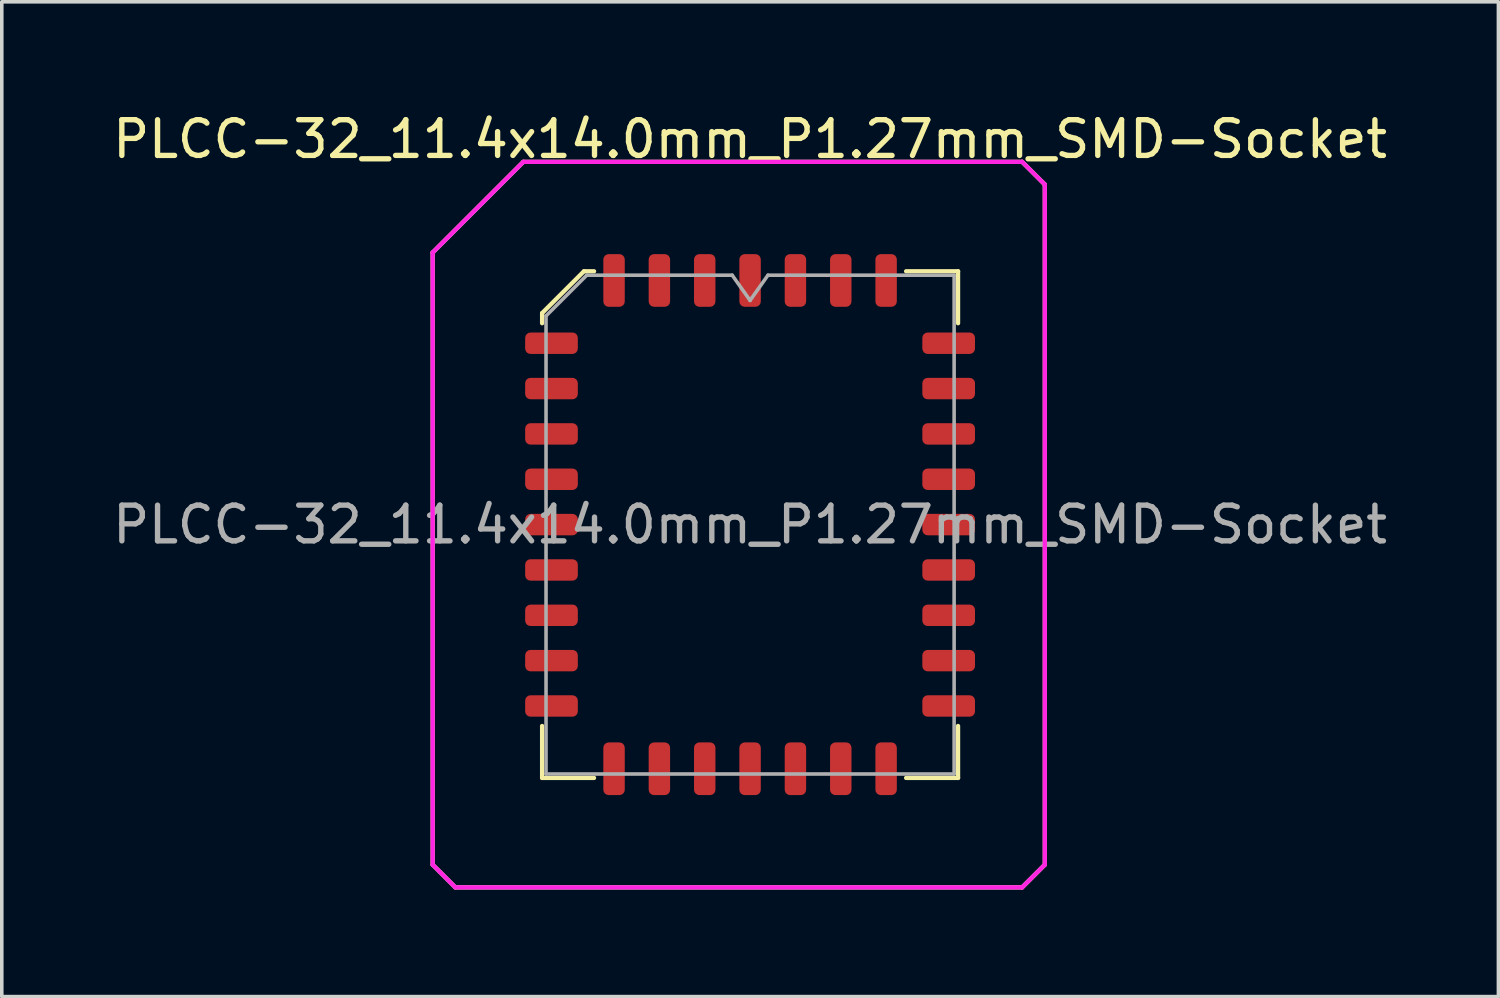
<source format=kicad_pcb>
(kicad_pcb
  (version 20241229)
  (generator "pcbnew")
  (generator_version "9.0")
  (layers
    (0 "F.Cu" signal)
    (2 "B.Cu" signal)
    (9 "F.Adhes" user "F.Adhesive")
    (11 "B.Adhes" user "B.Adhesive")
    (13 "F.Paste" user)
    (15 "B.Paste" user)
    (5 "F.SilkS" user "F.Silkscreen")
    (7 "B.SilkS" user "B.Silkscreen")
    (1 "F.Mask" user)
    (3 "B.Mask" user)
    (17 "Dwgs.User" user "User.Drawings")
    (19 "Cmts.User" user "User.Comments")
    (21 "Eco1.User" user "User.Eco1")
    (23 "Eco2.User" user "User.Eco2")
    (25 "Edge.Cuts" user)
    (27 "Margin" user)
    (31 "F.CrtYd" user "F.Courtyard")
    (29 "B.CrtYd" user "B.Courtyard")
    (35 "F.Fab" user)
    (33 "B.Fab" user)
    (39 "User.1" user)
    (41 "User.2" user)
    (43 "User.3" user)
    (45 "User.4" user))
  (footprint "PLCC-32_11.4x14.0mm_P1.27mm_SMD-Socket"
    (layer "F.Cu")
    (at 17.958 11.643)
    (property "Reference" "PLCC-32_11.4x14.0mm_P1.27mm_SMD-Socket" (at 0 -10.795 0) (layer "F.SilkS") (effects (font (size 1 1) (thickness 0.15))))
    (attr smd)
    (fp_line (start -8.89 -7.62) (end -8.89 9.525) (stroke (width 0.12) (type solid)) (layer "F.SilkS"))
    (fp_line (start -8.89 -7.62) (end -6.35 -10.16) (stroke (width 0.12) (type solid)) (layer "F.SilkS"))
    (fp_line (start -8.89 9.525) (end -8.255 10.16) (stroke (width 0.12) (type solid)) (layer "F.SilkS"))
    (fp_line (start -8.255 10.16) (end 7.62 10.16) (stroke (width 0.12) (type solid)) (layer "F.SilkS"))
    (fp_line (start -5.825 -5.923) (end -5.825 -5.64) (stroke (width 0.12) (type solid)) (layer "F.SilkS"))
    (fp_line (start -5.825 7.095) (end -5.825 5.64) (stroke (width 0.12) (type solid)) (layer "F.SilkS"))
    (fp_line (start -4.653 -7.095) (end -5.825 -5.923) (stroke (width 0.12) (type solid)) (layer "F.SilkS"))
    (fp_line (start -4.37 -7.095) (end -4.653 -7.095) (stroke (width 0.12) (type solid)) (layer "F.SilkS"))
    (fp_line (start -4.37 7.095) (end -5.825 7.095) (stroke (width 0.12) (type solid)) (layer "F.SilkS"))
    (fp_line (start 4.37 -7.095) (end 5.825 -7.095) (stroke (width 0.12) (type solid)) (layer "F.SilkS"))
    (fp_line (start 4.37 7.095) (end 5.825 7.095) (stroke (width 0.12) (type solid)) (layer "F.SilkS"))
    (fp_line (start 5.825 -7.095) (end 5.825 -5.64) (stroke (width 0.12) (type solid)) (layer "F.SilkS"))
    (fp_line (start 5.825 7.095) (end 5.825 5.64) (stroke (width 0.12) (type solid)) (layer "F.SilkS"))
    (fp_line (start 7.62 -10.16) (end -6.35 -10.16) (stroke (width 0.12) (type solid)) (layer "F.SilkS"))
    (fp_line (start 7.62 10.16) (end 8.255 9.525) (stroke (width 0.12) (type solid)) (layer "F.SilkS"))
    (fp_line (start 8.255 -9.525) (end 7.62 -10.16) (stroke (width 0.12) (type solid)) (layer "F.SilkS"))
    (fp_line (start 8.255 9.525) (end 8.255 -9.525) (stroke (width 0.12) (type solid)) (layer "F.SilkS"))
    (fp_line (start -8.89 -7.62) (end -6.35 -10.16) (stroke (width 0.12) (type solid)) (layer "F.CrtYd"))
    (fp_line (start -8.89 9.525) (end -8.89 -7.62) (stroke (width 0.12) (type solid)) (layer "F.CrtYd"))
    (fp_line (start -8.255 10.16) (end -8.89 9.525) (stroke (width 0.12) (type solid)) (layer "F.CrtYd"))
    (fp_line (start -6.35 -10.16) (end 7.62 -10.16) (stroke (width 0.12) (type solid)) (layer "F.CrtYd"))
    (fp_line (start 7.62 -10.16) (end 8.255 -9.525) (stroke (width 0.12) (type solid)) (layer "F.CrtYd"))
    (fp_line (start 7.62 10.16) (end -8.255 10.16) (stroke (width 0.12) (type solid)) (layer "F.CrtYd"))
    (fp_line (start 8.255 -9.525) (end 8.255 9.525) (stroke (width 0.12) (type solid)) (layer "F.CrtYd"))
    (fp_line (start 8.255 9.525) (end 7.62 10.16) (stroke (width 0.12) (type solid)) (layer "F.CrtYd"))
    (fp_line (start -5.715 -5.845) (end -4.575 -6.985) (stroke (width 0.1) (type solid)) (layer "F.Fab"))
    (fp_line (start -5.715 6.985) (end -5.715 -5.845) (stroke (width 0.1) (type solid)) (layer "F.Fab"))
    (fp_line (start -4.575 -6.985) (end -0.5 -6.985) (stroke (width 0.1) (type solid)) (layer "F.Fab"))
    (fp_line (start -0.5 -6.985) (end 0 -6.278) (stroke (width 0.1) (type solid)) (layer "F.Fab"))
    (fp_line (start 0 -6.278) (end 0.5 -6.985) (stroke (width 0.1) (type solid)) (layer "F.Fab"))
    (fp_line (start 0.5 -6.985) (end 5.715 -6.985) (stroke (width 0.1) (type solid)) (layer "F.Fab"))
    (fp_line (start 5.715 -6.985) (end 5.715 6.985) (stroke (width 0.1) (type solid)) (layer "F.Fab"))
    (fp_line (start 5.715 6.985) (end -5.715 6.985) (stroke (width 0.1) (type solid)) (layer "F.Fab"))
    (fp_text user "${REFERENCE}" (at 0 0 0) (layer "F.Fab") (effects (font (size 1 1) (thickness 0.15))))
    (pad "1" smd roundrect (at 0 -6.838) (size 0.6 1.475) (layers "F.Cu" "F.Mask" "F.Paste") (roundrect_rratio 0.25))
    (pad "2" smd roundrect (at -1.27 -6.838) (size 0.6 1.475) (layers "F.Cu" "F.Mask" "F.Paste") (roundrect_rratio 0.25))
    (pad "3" smd roundrect (at -2.54 -6.838) (size 0.6 1.475) (layers "F.Cu" "F.Mask" "F.Paste") (roundrect_rratio 0.25))
    (pad "4" smd roundrect (at -3.81 -6.838) (size 0.6 1.475) (layers "F.Cu" "F.Mask" "F.Paste") (roundrect_rratio 0.25))
    (pad "5" smd roundrect (at -5.562 -5.08) (size 1.475 0.6) (layers "F.Cu" "F.Mask" "F.Paste") (roundrect_rratio 0.25))
    (pad "6" smd roundrect (at -5.562 -3.81) (size 1.475 0.6) (layers "F.Cu" "F.Mask" "F.Paste") (roundrect_rratio 0.25))
    (pad "7" smd roundrect (at -5.562 -2.54) (size 1.475 0.6) (layers "F.Cu" "F.Mask" "F.Paste") (roundrect_rratio 0.25))
    (pad "8" smd roundrect (at -5.562 -1.27) (size 1.475 0.6) (layers "F.Cu" "F.Mask" "F.Paste") (roundrect_rratio 0.25))
    (pad "9" smd roundrect (at -5.562 0) (size 1.475 0.6) (layers "F.Cu" "F.Mask" "F.Paste") (roundrect_rratio 0.25))
    (pad "10" smd roundrect (at -5.562 1.27) (size 1.475 0.6) (layers "F.Cu" "F.Mask" "F.Paste") (roundrect_rratio 0.25))
    (pad "11" smd roundrect (at -5.562 2.54) (size 1.475 0.6) (layers "F.Cu" "F.Mask" "F.Paste") (roundrect_rratio 0.25))
    (pad "12" smd roundrect (at -5.562 3.81) (size 1.475 0.6) (layers "F.Cu" "F.Mask" "F.Paste") (roundrect_rratio 0.25))
    (pad "13" smd roundrect (at -5.562 5.08) (size 1.475 0.6) (layers "F.Cu" "F.Mask" "F.Paste") (roundrect_rratio 0.25))
    (pad "14" smd roundrect (at -3.81 6.838) (size 0.6 1.475) (layers "F.Cu" "F.Mask" "F.Paste") (roundrect_rratio 0.25))
    (pad "15" smd roundrect (at -2.54 6.838) (size 0.6 1.475) (layers "F.Cu" "F.Mask" "F.Paste") (roundrect_rratio 0.25))
    (pad "16" smd roundrect (at -1.27 6.838) (size 0.6 1.475) (layers "F.Cu" "F.Mask" "F.Paste") (roundrect_rratio 0.25))
    (pad "17" smd roundrect (at 0 6.838) (size 0.6 1.475) (layers "F.Cu" "F.Mask" "F.Paste") (roundrect_rratio 0.25))
    (pad "18" smd roundrect (at 1.27 6.838) (size 0.6 1.475) (layers "F.Cu" "F.Mask" "F.Paste") (roundrect_rratio 0.25))
    (pad "19" smd roundrect (at 2.54 6.838) (size 0.6 1.475) (layers "F.Cu" "F.Mask" "F.Paste") (roundrect_rratio 0.25))
    (pad "20" smd roundrect (at 3.81 6.838) (size 0.6 1.475) (layers "F.Cu" "F.Mask" "F.Paste") (roundrect_rratio 0.25))
    (pad "21" smd roundrect (at 5.562 5.08) (size 1.475 0.6) (layers "F.Cu" "F.Mask" "F.Paste") (roundrect_rratio 0.25))
    (pad "22" smd roundrect (at 5.562 3.81) (size 1.475 0.6) (layers "F.Cu" "F.Mask" "F.Paste") (roundrect_rratio 0.25))
    (pad "23" smd roundrect (at 5.562 2.54) (size 1.475 0.6) (layers "F.Cu" "F.Mask" "F.Paste") (roundrect_rratio 0.25))
    (pad "24" smd roundrect (at 5.562 1.27) (size 1.475 0.6) (layers "F.Cu" "F.Mask" "F.Paste") (roundrect_rratio 0.25))
    (pad "25" smd roundrect (at 5.562 0) (size 1.475 0.6) (layers "F.Cu" "F.Mask" "F.Paste") (roundrect_rratio 0.25))
    (pad "26" smd roundrect (at 5.562 -1.27) (size 1.475 0.6) (layers "F.Cu" "F.Mask" "F.Paste") (roundrect_rratio 0.25))
    (pad "27" smd roundrect (at 5.562 -2.54) (size 1.475 0.6) (layers "F.Cu" "F.Mask" "F.Paste") (roundrect_rratio 0.25))
    (pad "28" smd roundrect (at 5.562 -3.81) (size 1.475 0.6) (layers "F.Cu" "F.Mask" "F.Paste") (roundrect_rratio 0.25))
    (pad "29" smd roundrect (at 5.562 -5.08) (size 1.475 0.6) (layers "F.Cu" "F.Mask" "F.Paste") (roundrect_rratio 0.25))
    (pad "30" smd roundrect (at 3.81 -6.838) (size 0.6 1.475) (layers "F.Cu" "F.Mask" "F.Paste") (roundrect_rratio 0.25))
    (pad "31" smd roundrect (at 2.54 -6.838) (size 0.6 1.475) (layers "F.Cu" "F.Mask" "F.Paste") (roundrect_rratio 0.25))
    (pad "32" smd roundrect (at 1.27 -6.838) (size 0.6 1.475) (layers "F.Cu" "F.Mask" "F.Paste") (roundrect_rratio 0.25)))
  (gr_rect
    (start -3 -3)
    (end 38.917 24.863)
    (stroke (width 0.1) (type default))
    (fill no)
    (layer "Edge.Cuts")))
</source>
